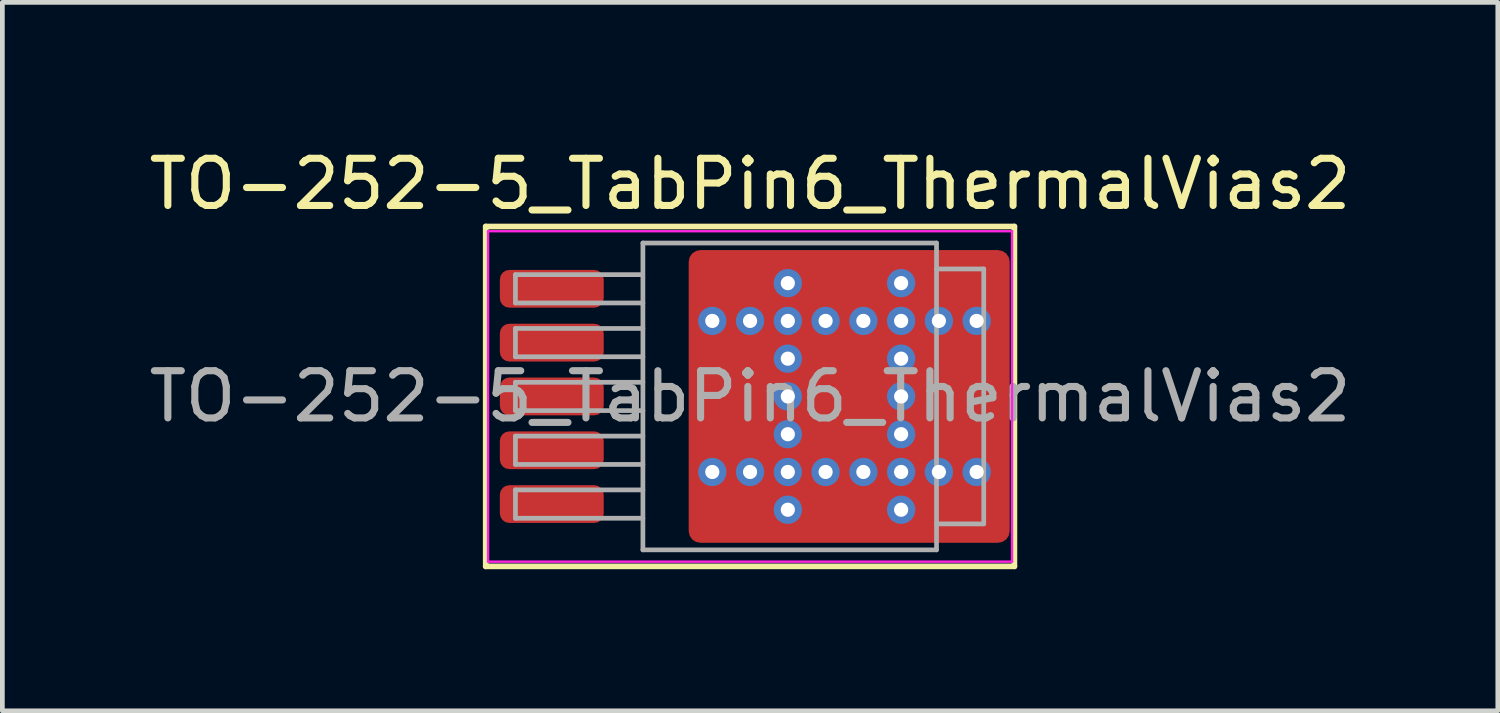
<source format=kicad_pcb>
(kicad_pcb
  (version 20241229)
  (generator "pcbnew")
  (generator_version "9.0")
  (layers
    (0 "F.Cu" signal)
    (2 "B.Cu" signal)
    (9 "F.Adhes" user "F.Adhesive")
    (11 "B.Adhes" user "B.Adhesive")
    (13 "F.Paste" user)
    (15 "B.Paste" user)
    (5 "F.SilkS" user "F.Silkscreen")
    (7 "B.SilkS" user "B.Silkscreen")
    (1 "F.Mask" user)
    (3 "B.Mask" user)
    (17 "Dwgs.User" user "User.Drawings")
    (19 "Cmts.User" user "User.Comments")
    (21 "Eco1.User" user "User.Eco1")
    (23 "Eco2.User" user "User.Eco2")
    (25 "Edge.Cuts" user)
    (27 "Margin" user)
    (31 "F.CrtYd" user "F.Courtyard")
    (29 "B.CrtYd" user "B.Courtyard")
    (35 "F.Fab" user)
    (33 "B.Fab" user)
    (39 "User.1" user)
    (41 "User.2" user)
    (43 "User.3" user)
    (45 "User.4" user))
  (footprint "TO-252-5_TabPin6_ThermalVias2"
    (layer "F.Cu")
    (at 12.839 5.348)
    (property "Reference" "TO-252-5_TabPin6_ThermalVias2" (at 0 -4.5 0) (layer "F.SilkS") (effects (font (size 1 1) (thickness 0.15))))
    (attr smd)
    (fp_line (start -5.6 -3.6) (end -5.6 3.6) (stroke (width 0.12) (type solid)) (layer "F.SilkS"))
    (fp_line (start -5.6 3.6) (end 5.6 3.6) (stroke (width 0.12) (type solid)) (layer "F.SilkS"))
    (fp_line (start 5.6 -3.6) (end -5.6 -3.6) (stroke (width 0.12) (type solid)) (layer "F.SilkS"))
    (fp_line (start 5.6 3.6) (end 5.6 -3.6) (stroke (width 0.12) (type solid)) (layer "F.SilkS"))
    (fp_line (start -5.55 -3.5) (end -5.55 3.5) (stroke (width 0.05) (type solid)) (layer "F.CrtYd"))
    (fp_line (start -5.55 3.5) (end 5.55 3.5) (stroke (width 0.05) (type solid)) (layer "F.CrtYd"))
    (fp_line (start 5.55 -3.5) (end -5.55 -3.5) (stroke (width 0.05) (type solid)) (layer "F.CrtYd"))
    (fp_line (start 5.55 3.5) (end 5.55 -3.5) (stroke (width 0.05) (type solid)) (layer "F.CrtYd"))
    (fp_line (start -4.97 -2.58) (end -4.97 -1.98) (stroke (width 0.1) (type solid)) (layer "F.Fab"))
    (fp_line (start -4.97 -1.98) (end -2.27 -1.98) (stroke (width 0.1) (type solid)) (layer "F.Fab"))
    (fp_line (start -4.97 -1.44) (end -4.97 -0.84) (stroke (width 0.1) (type solid)) (layer "F.Fab"))
    (fp_line (start -4.97 -0.84) (end -2.27 -0.84) (stroke (width 0.1) (type solid)) (layer "F.Fab"))
    (fp_line (start -4.97 -0.3) (end -4.97 0.3) (stroke (width 0.1) (type solid)) (layer "F.Fab"))
    (fp_line (start -4.97 0.3) (end -2.27 0.3) (stroke (width 0.1) (type solid)) (layer "F.Fab"))
    (fp_line (start -4.97 0.84) (end -4.97 1.44) (stroke (width 0.1) (type solid)) (layer "F.Fab"))
    (fp_line (start -4.97 1.44) (end -2.27 1.44) (stroke (width 0.1) (type solid)) (layer "F.Fab"))
    (fp_line (start -4.97 1.98) (end -4.97 2.58) (stroke (width 0.1) (type solid)) (layer "F.Fab"))
    (fp_line (start -4.97 2.58) (end -2.27 2.58) (stroke (width 0.1) (type solid)) (layer "F.Fab"))
    (fp_line (start -2.3 -2.58) (end -4.97 -2.58) (stroke (width 0.1) (type solid)) (layer "F.Fab"))
    (fp_line (start -2.27 -3.25) (end 3.95 -3.25) (stroke (width 0.1) (type solid)) (layer "F.Fab"))
    (fp_line (start -2.27 -1.44) (end -4.97 -1.44) (stroke (width 0.1) (type solid)) (layer "F.Fab"))
    (fp_line (start -2.27 -0.3) (end -4.97 -0.3) (stroke (width 0.1) (type solid)) (layer "F.Fab"))
    (fp_line (start -2.27 0.84) (end -4.97 0.84) (stroke (width 0.1) (type solid)) (layer "F.Fab"))
    (fp_line (start -2.27 1.98) (end -4.97 1.98) (stroke (width 0.1) (type solid)) (layer "F.Fab"))
    (fp_line (start -2.27 3.25) (end -2.27 -3.25) (stroke (width 0.1) (type solid)) (layer "F.Fab"))
    (fp_line (start 3.95 -3.25) (end 3.95 3.25) (stroke (width 0.1) (type solid)) (layer "F.Fab"))
    (fp_line (start 3.95 -2.7) (end 4.95 -2.7) (stroke (width 0.1) (type solid)) (layer "F.Fab"))
    (fp_line (start 3.95 3.25) (end -2.27 3.25) (stroke (width 0.1) (type solid)) (layer "F.Fab"))
    (fp_line (start 4.95 -2.7) (end 4.95 2.7) (stroke (width 0.1) (type solid)) (layer "F.Fab"))
    (fp_line (start 4.95 2.7) (end 3.95 2.7) (stroke (width 0.1) (type solid)) (layer "F.Fab"))
    (fp_text user "${REFERENCE}" (at 0 0 0) (layer "F.Fab") (effects (font (size 1 1) (thickness 0.15))))
    (pad "" smd roundrect (at -0.7 -2.4) (size 0.6 0.8) (layers "F.Paste") (roundrect_rratio 0.25))
    (pad "" smd roundrect (at -0.7 -0.875) (size 0.6 0.65) (layers "F.Paste") (roundrect_rratio 0.25))
    (pad "" smd roundrect (at -0.7 0) (size 0.6 0.7) (layers "F.Paste") (roundrect_rratio 0.25))
    (pad "" smd roundrect (at -0.7 0.875) (size 0.6 0.65) (layers "F.Paste") (roundrect_rratio 0.25))
    (pad "" smd roundrect (at -0.7 2.4) (size 0.6 0.8) (layers "F.Paste") (roundrect_rratio 0.25))
    (pad "" smd roundrect (at -0.3 -2.4 90) (size 1 1.6) (layers "F.Mask") (roundrect_rratio 0.25))
    (pad "" smd roundrect (at -0.3 0 90) (size 2.6 1.6) (layers "F.Mask") (roundrect_rratio 0.156))
    (pad "" smd roundrect (at -0.3 2.4 90) (size 1 1.6) (layers "F.Mask") (roundrect_rratio 0.25))
    (pad "" smd roundrect (at 0.1 -2.4) (size 0.6 0.8) (layers "F.Paste") (roundrect_rratio 0.25))
    (pad "" smd roundrect (at 0.1 -0.875) (size 0.6 0.65) (layers "F.Paste") (roundrect_rratio 0.25))
    (pad "" smd roundrect (at 0.1 0) (size 0.6 0.7) (layers "F.Paste") (roundrect_rratio 0.25))
    (pad "" smd roundrect (at 0.1 0.875) (size 0.6 0.65) (layers "F.Paste") (roundrect_rratio 0.25))
    (pad "" smd roundrect (at 0.1 2.4) (size 0.6 0.8) (layers "F.Paste") (roundrect_rratio 0.25))
    (pad "" smd roundrect (at 1.575 -2.4) (size 0.65 0.8) (layers "F.Paste") (roundrect_rratio 0.25))
    (pad "" smd roundrect (at 1.575 -0.875) (size 0.65 0.65) (layers "F.Paste") (roundrect_rratio 0.25))
    (pad "" smd roundrect (at 1.575 0) (size 0.65 0.7) (layers "F.Paste") (roundrect_rratio 0.25))
    (pad "" smd roundrect (at 1.575 0.875) (size 0.65 0.65) (layers "F.Paste") (roundrect_rratio 0.25))
    (pad "" smd roundrect (at 1.575 2.4) (size 0.65 0.8) (layers "F.Paste") (roundrect_rratio 0.25))
    (pad "" smd roundrect (at 2 -2.4 90) (size 1 1.8) (layers "F.Mask") (roundrect_rratio 0.25))
    (pad "" smd roundrect (at 2 0 90) (size 2.6 1.8) (layers "F.Mask") (roundrect_rratio 0.139))
    (pad "" smd roundrect (at 2 2.4 90) (size 1 1.8) (layers "F.Mask") (roundrect_rratio 0.25))
    (pad "" smd roundrect (at 2.425 -2.4) (size 0.65 0.8) (layers "F.Paste") (roundrect_rratio 0.25))
    (pad "" smd roundrect (at 2.425 -0.875) (size 0.65 0.65) (layers "F.Paste") (roundrect_rratio 0.25))
    (pad "" smd roundrect (at 2.425 0) (size 0.65 0.7) (layers "F.Paste") (roundrect_rratio 0.25))
    (pad "" smd roundrect (at 2.425 0.875) (size 0.65 0.65) (layers "F.Paste") (roundrect_rratio 0.25))
    (pad "" smd roundrect (at 2.425 2.4) (size 0.65 0.8) (layers "F.Paste") (roundrect_rratio 0.25))
    (pad "" smd roundrect (at 3.975 -2.4) (size 0.65 0.8) (layers "F.Paste") (roundrect_rratio 0.25))
    (pad "" smd roundrect (at 3.975 -0.875) (size 0.65 0.65) (layers "F.Paste") (roundrect_rratio 0.25))
    (pad "" smd roundrect (at 3.975 0) (size 0.65 0.7) (layers "F.Paste") (roundrect_rratio 0.25))
    (pad "" smd roundrect (at 3.975 0.875) (size 0.65 0.65) (layers "F.Paste") (roundrect_rratio 0.25))
    (pad "" smd roundrect (at 3.975 2.4) (size 0.65 0.8) (layers "F.Paste") (roundrect_rratio 0.25))
    (pad "" smd roundrect (at 4.4 -2.4 90) (size 1 1.8) (layers "F.Mask") (roundrect_rratio 0.25))
    (pad "" smd roundrect (at 4.4 0 90) (size 2.6 1.8) (layers "F.Mask") (roundrect_rratio 0.139))
    (pad "" smd roundrect (at 4.4 2.4 90) (size 1 1.8) (layers "F.Mask") (roundrect_rratio 0.25))
    (pad "" smd roundrect (at 4.825 -2.4) (size 0.65 0.8) (layers "F.Paste") (roundrect_rratio 0.25))
    (pad "" smd roundrect (at 4.825 -0.875) (size 0.65 0.65) (layers "F.Paste") (roundrect_rratio 0.25))
    (pad "" smd roundrect (at 4.825 0) (size 0.65 0.7) (layers "F.Paste") (roundrect_rratio 0.25))
    (pad "" smd roundrect (at 4.825 0.875) (size 0.65 0.65) (layers "F.Paste") (roundrect_rratio 0.25))
    (pad "" smd roundrect (at 4.825 2.4) (size 0.65 0.8) (layers "F.Paste") (roundrect_rratio 0.25))
    (pad "1" smd roundrect (at -4.2 -2.28) (size 2.2 0.8) (layers "F.Cu" "F.Mask" "F.Paste") (roundrect_rratio 0.25))
    (pad "2" smd roundrect (at -4.2 -1.14) (size 2.2 0.8) (layers "F.Cu" "F.Mask" "F.Paste") (roundrect_rratio 0.25))
    (pad "3" smd roundrect (at -4.2 0) (size 2.2 0.8) (layers "F.Cu" "F.Mask" "F.Paste") (roundrect_rratio 0.25))
    (pad "4" smd roundrect (at -4.2 1.14) (size 2.2 0.8) (layers "F.Cu" "F.Mask" "F.Paste") (roundrect_rratio 0.25))
    (pad "5" smd roundrect (at -4.2 2.28) (size 2.2 0.8) (layers "F.Cu" "F.Mask" "F.Paste") (roundrect_rratio 0.25))
    (pad "6" thru_hole circle (at -0.8 -1.6) (size 0.6 0.6) (drill 0.3) (property pad_prop_heatsink) (layers "*.Cu" "*.Mask"))
    (pad "6" thru_hole circle (at -0.8 1.6) (size 0.6 0.6) (drill 0.3) (property pad_prop_heatsink) (layers "*.Cu" "*.Mask"))
    (pad "6" thru_hole circle (at 0 -1.6) (size 0.6 0.6) (drill 0.3) (property pad_prop_heatsink) (layers "*.Cu" "*.Mask"))
    (pad "6" thru_hole circle (at 0 1.6) (size 0.6 0.6) (drill 0.3) (property pad_prop_heatsink) (layers "*.Cu" "*.Mask"))
    (pad "6" thru_hole circle (at 0.8 -2.4) (size 0.6 0.6) (drill 0.3) (property pad_prop_heatsink) (layers "*.Cu" "*.Mask"))
    (pad "6" thru_hole circle (at 0.8 -1.6) (size 0.6 0.6) (drill 0.3) (property pad_prop_heatsink) (layers "*.Cu" "*.Mask"))
    (pad "6" thru_hole circle (at 0.8 -0.8) (size 0.6 0.6) (drill 0.3) (property pad_prop_heatsink) (layers "*.Cu" "*.Mask"))
    (pad "6" thru_hole circle (at 0.8 0) (size 0.6 0.6) (drill 0.3) (property pad_prop_heatsink) (layers "*.Cu" "*.Mask"))
    (pad "6" thru_hole circle (at 0.8 0.8) (size 0.6 0.6) (drill 0.3) (property pad_prop_heatsink) (layers "*.Cu" "*.Mask"))
    (pad "6" thru_hole circle (at 0.8 1.6) (size 0.6 0.6) (drill 0.3) (property pad_prop_heatsink) (layers "*.Cu" "*.Mask"))
    (pad "6" thru_hole circle (at 0.8 2.4) (size 0.6 0.6) (drill 0.3) (property pad_prop_heatsink) (layers "*.Cu" "*.Mask"))
    (pad "6" thru_hole circle (at 1.6 -1.6) (size 0.6 0.6) (drill 0.3) (property pad_prop_heatsink) (layers "*.Cu" "*.Mask"))
    (pad "6" thru_hole circle (at 1.6 1.6) (size 0.6 0.6) (drill 0.3) (property pad_prop_heatsink) (layers "*.Cu" "*.Mask"))
    (pad "6" smd roundrect (at 2.1 0) (size 6.8 6.2) (layers "F.Cu") (roundrect_rratio 0.04))
    (pad "6" thru_hole circle (at 2.4 -1.6) (size 0.6 0.6) (drill 0.3) (property pad_prop_heatsink) (layers "*.Cu" "*.Mask"))
    (pad "6" thru_hole circle (at 2.4 1.6) (size 0.6 0.6) (drill 0.3) (property pad_prop_heatsink) (layers "*.Cu" "*.Mask"))
    (pad "6" thru_hole circle (at 3.2 -2.4) (size 0.6 0.6) (drill 0.3) (property pad_prop_heatsink) (layers "*.Cu" "*.Mask"))
    (pad "6" thru_hole circle (at 3.2 -1.6) (size 0.6 0.6) (drill 0.3) (property pad_prop_heatsink) (layers "*.Cu" "*.Mask"))
    (pad "6" thru_hole circle (at 3.2 -0.8) (size 0.6 0.6) (drill 0.3) (property pad_prop_heatsink) (layers "*.Cu" "*.Mask"))
    (pad "6" thru_hole circle (at 3.2 0) (size 0.6 0.6) (drill 0.3) (property pad_prop_heatsink) (layers "*.Cu" "*.Mask"))
    (pad "6" thru_hole circle (at 3.2 0.8) (size 0.6 0.6) (drill 0.3) (property pad_prop_heatsink) (layers "*.Cu" "*.Mask"))
    (pad "6" thru_hole circle (at 3.2 1.6) (size 0.6 0.6) (drill 0.3) (property pad_prop_heatsink) (layers "*.Cu" "*.Mask"))
    (pad "6" thru_hole circle (at 3.2 2.4) (size 0.6 0.6) (drill 0.3) (property pad_prop_heatsink) (layers "*.Cu" "*.Mask"))
    (pad "6" thru_hole circle (at 4 -1.6) (size 0.6 0.6) (drill 0.3) (property pad_prop_heatsink) (layers "*.Cu" "*.Mask"))
    (pad "6" thru_hole circle (at 4 1.6) (size 0.6 0.6) (drill 0.3) (property pad_prop_heatsink) (layers "*.Cu" "*.Mask"))
    (pad "6" thru_hole circle (at 4.8 -1.6) (size 0.6 0.6) (drill 0.3) (property pad_prop_heatsink) (layers "*.Cu" "*.Mask"))
    (pad "6" thru_hole circle (at 4.8 1.6) (size 0.6 0.6) (drill 0.3) (property pad_prop_heatsink) (layers "*.Cu" "*.Mask")))
  (gr_rect
    (start -3 -3)
    (end 28.679 12.008)
    (stroke (width 0.1) (type default))
    (fill no)
    (layer "Edge.Cuts")))
</source>
